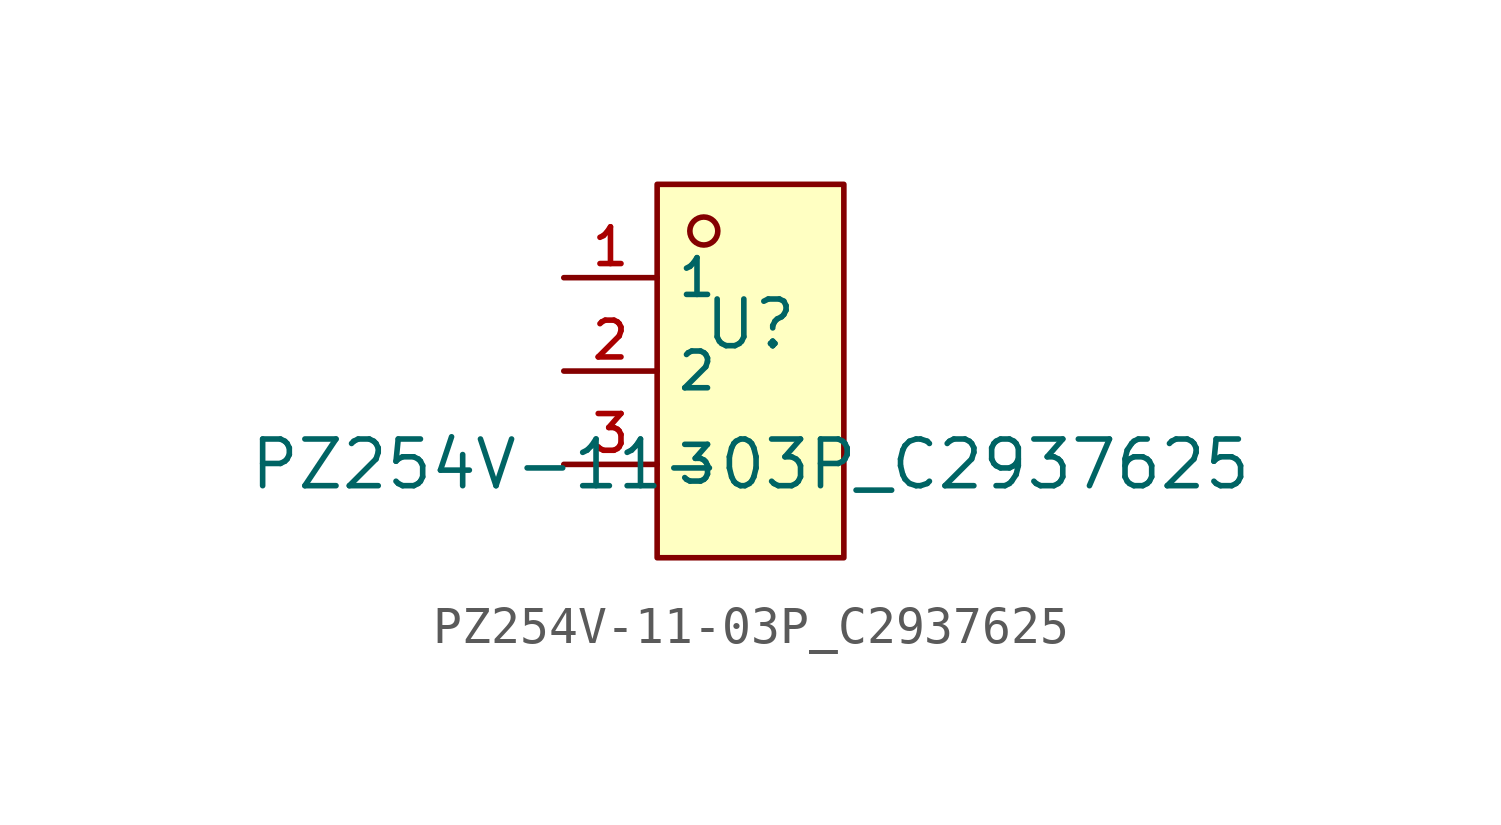
<source format=kicad_sym>
(kicad_symbol_lib
  (version 20210201)
  (generator TousstNicolas/JLC2KiCad_lib)
  (symbol "PZ254V-11-03P_C2937625"
    (property "Reference" "U"
      (at 0 1.27 0)
      (effects (font (size 1.27 1.27))))
    (property "Value" "PZ254V-11-03P_C2937625"
      (at 0 -2.54 0)
      (effects (font (size 1.27 1.27))))
    (symbol "PZ254V-11-03P_C2937625_0_1"
      (rectangle (start -2.54 5.08) (end 2.54 -5.08) (stroke (width 0) (type default) (color 0 0 0 0)) (fill (type background)))
      (circle (center -1.27 3.81) (radius 0.381) (stroke (width 0) (type default) (color 0 0 0 0)) (fill (type background)))
      (pin unspecified line (at -5.08 2.54 0) (length 2.54) (name "1" (effects (font (size 1 1)))) (number "1" (effects (font (size 1 1)))))
      (pin unspecified line (at -5.08 -0.0 0) (length 2.54) (name "2" (effects (font (size 1 1)))) (number "2" (effects (font (size 1 1)))))
      (pin unspecified line (at -5.08 -2.54 0) (length 2.54) (name "3" (effects (font (size 1 1)))) (number "3" (effects (font (size 1 1))))))))
</source>
